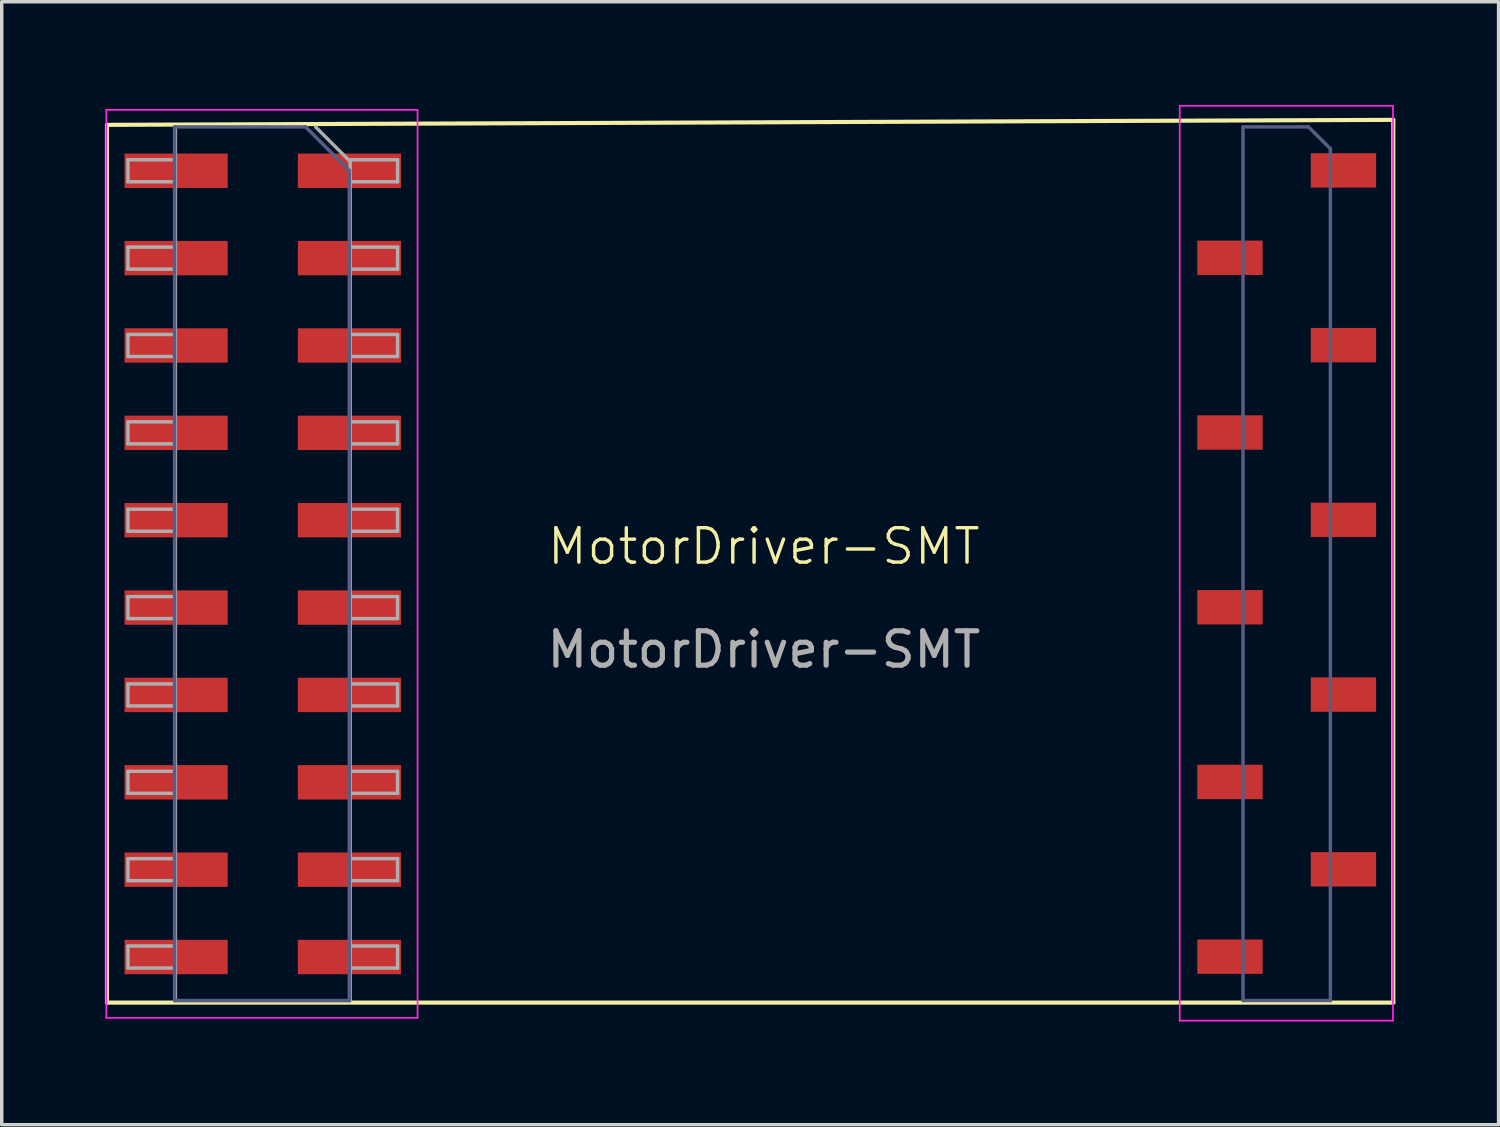
<source format=kicad_pcb>
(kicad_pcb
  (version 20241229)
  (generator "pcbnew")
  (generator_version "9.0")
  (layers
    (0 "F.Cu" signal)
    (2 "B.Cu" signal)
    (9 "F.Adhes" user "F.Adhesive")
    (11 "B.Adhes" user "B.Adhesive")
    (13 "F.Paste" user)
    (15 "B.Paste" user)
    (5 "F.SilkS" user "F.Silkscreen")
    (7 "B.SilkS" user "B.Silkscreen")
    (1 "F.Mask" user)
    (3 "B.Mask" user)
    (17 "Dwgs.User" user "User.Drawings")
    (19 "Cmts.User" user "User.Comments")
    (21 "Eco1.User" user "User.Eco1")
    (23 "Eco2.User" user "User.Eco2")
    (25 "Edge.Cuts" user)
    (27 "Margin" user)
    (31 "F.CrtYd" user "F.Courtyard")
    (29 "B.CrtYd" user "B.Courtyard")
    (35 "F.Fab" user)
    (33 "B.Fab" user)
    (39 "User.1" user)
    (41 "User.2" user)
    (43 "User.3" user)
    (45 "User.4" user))
  (footprint "MotorDriver-SMT"
    (layer "F.Cu")
    (at 5.86 1.935)
    (property "Reference" "MotorDriver-SMT" (at 13.3 10.9 0) (unlocked yes) (layer "F.SilkS") (effects (font (size 1 1) (thickness 0.1))))
    (attr through_hole)
    (fp_line (start -5.8 -1.355) (end -5.8 24.165) (stroke (width 0.12) (type solid)) (layer "F.SilkS"))
    (fp_line (start 31.6 -1.5) (end -5.8 -1.355) (stroke (width 0.12) (type solid)) (layer "F.SilkS"))
    (fp_line (start 31.6 -1.5) (end 31.6 24.165) (stroke (width 0.12) (type solid)) (layer "F.SilkS"))
    (fp_line (start 31.6 24.165) (end -5.8 24.165) (stroke (width 0.12) (type solid)) (layer "F.SilkS"))
    (fp_line (start -5.82 -1.79) (end 3.23 -1.79) (stroke (width 0.05) (type solid)) (layer "F.CrtYd"))
    (fp_line (start -5.82 24.61) (end -5.82 -1.79) (stroke (width 0.05) (type solid)) (layer "F.CrtYd"))
    (fp_line (start 3.23 -1.79) (end 3.23 24.61) (stroke (width 0.05) (type solid)) (layer "F.CrtYd"))
    (fp_line (start 3.23 24.61) (end -5.82 24.61) (stroke (width 0.05) (type solid)) (layer "F.CrtYd"))
    (fp_line (start 25.39 -1.91) (end 31.59 -1.91) (stroke (width 0.05) (type solid)) (layer "F.CrtYd"))
    (fp_line (start 25.39 24.69) (end 25.39 -1.91) (stroke (width 0.05) (type solid)) (layer "F.CrtYd"))
    (fp_line (start 31.59 -1.91) (end 31.59 24.69) (stroke (width 0.05) (type solid)) (layer "F.CrtYd"))
    (fp_line (start 31.59 24.69) (end 25.39 24.69) (stroke (width 0.05) (type solid)) (layer "F.CrtYd"))
    (fp_line (start -3.835 -1.295) (end -3.835 24.105) (stroke (width 0.1) (type solid)) (layer "B.Fab"))
    (fp_line (start -3.835 24.105) (end 1.245 24.105) (stroke (width 0.1) (type solid)) (layer "B.Fab"))
    (fp_line (start -0.025 -1.295) (end -3.835 -1.295) (stroke (width 0.1) (type solid)) (layer "B.Fab"))
    (fp_line (start 1.245 -0.025) (end -0.025 -1.295) (stroke (width 0.1) (type solid)) (layer "B.Fab"))
    (fp_line (start 1.245 24.105) (end 1.245 -0.025) (stroke (width 0.1) (type solid)) (layer "B.Fab"))
    (fp_line (start 27.23 -1.295) (end 27.23 24.105) (stroke (width 0.1) (type solid)) (layer "B.Fab"))
    (fp_line (start 27.23 24.105) (end 29.77 24.105) (stroke (width 0.1) (type solid)) (layer "B.Fab"))
    (fp_line (start 29.135 -1.295) (end 27.23 -1.295) (stroke (width 0.1) (type solid)) (layer "B.Fab"))
    (fp_line (start 29.77 -0.66) (end 29.135 -1.295) (stroke (width 0.1) (type solid)) (layer "B.Fab"))
    (fp_line (start 29.77 24.105) (end 29.77 -0.66) (stroke (width 0.1) (type solid)) (layer "B.Fab"))
    (fp_line (start -5.19 -0.34) (end -3.81 -0.34) (stroke (width 0.1) (type solid)) (layer "F.Fab"))
    (fp_line (start -5.19 0.3) (end -5.19 -0.34) (stroke (width 0.1) (type solid)) (layer "F.Fab"))
    (fp_line (start -5.19 2.2) (end -3.81 2.2) (stroke (width 0.1) (type solid)) (layer "F.Fab"))
    (fp_line (start -5.19 2.84) (end -5.19 2.2) (stroke (width 0.1) (type solid)) (layer "F.Fab"))
    (fp_line (start -5.19 4.74) (end -3.81 4.74) (stroke (width 0.1) (type solid)) (layer "F.Fab"))
    (fp_line (start -5.19 5.38) (end -5.19 4.74) (stroke (width 0.1) (type solid)) (layer "F.Fab"))
    (fp_line (start -5.19 7.28) (end -3.81 7.28) (stroke (width 0.1) (type solid)) (layer "F.Fab"))
    (fp_line (start -5.19 7.92) (end -5.19 7.28) (stroke (width 0.1) (type solid)) (layer "F.Fab"))
    (fp_line (start -5.19 9.82) (end -3.81 9.82) (stroke (width 0.1) (type solid)) (layer "F.Fab"))
    (fp_line (start -5.19 10.46) (end -5.19 9.82) (stroke (width 0.1) (type solid)) (layer "F.Fab"))
    (fp_line (start -5.19 12.36) (end -3.81 12.36) (stroke (width 0.1) (type solid)) (layer "F.Fab"))
    (fp_line (start -5.19 13) (end -5.19 12.36) (stroke (width 0.1) (type solid)) (layer "F.Fab"))
    (fp_line (start -5.19 14.9) (end -3.81 14.9) (stroke (width 0.1) (type solid)) (layer "F.Fab"))
    (fp_line (start -5.19 15.54) (end -5.19 14.9) (stroke (width 0.1) (type solid)) (layer "F.Fab"))
    (fp_line (start -5.19 17.44) (end -3.81 17.44) (stroke (width 0.1) (type solid)) (layer "F.Fab"))
    (fp_line (start -5.19 18.08) (end -5.19 17.44) (stroke (width 0.1) (type solid)) (layer "F.Fab"))
    (fp_line (start -5.19 19.98) (end -3.81 19.98) (stroke (width 0.1) (type solid)) (layer "F.Fab"))
    (fp_line (start -5.19 20.62) (end -5.19 19.98) (stroke (width 0.1) (type solid)) (layer "F.Fab"))
    (fp_line (start -5.19 22.52) (end -3.81 22.52) (stroke (width 0.1) (type solid)) (layer "F.Fab"))
    (fp_line (start -5.19 23.16) (end -5.19 22.52) (stroke (width 0.1) (type solid)) (layer "F.Fab"))
    (fp_line (start -3.81 0.3) (end -5.19 0.3) (stroke (width 0.1) (type solid)) (layer "F.Fab"))
    (fp_line (start -3.81 2.84) (end -5.19 2.84) (stroke (width 0.1) (type solid)) (layer "F.Fab"))
    (fp_line (start -3.81 5.38) (end -5.19 5.38) (stroke (width 0.1) (type solid)) (layer "F.Fab"))
    (fp_line (start -3.81 7.92) (end -5.19 7.92) (stroke (width 0.1) (type solid)) (layer "F.Fab"))
    (fp_line (start -3.81 10.46) (end -5.19 10.46) (stroke (width 0.1) (type solid)) (layer "F.Fab"))
    (fp_line (start -3.81 13) (end -5.19 13) (stroke (width 0.1) (type solid)) (layer "F.Fab"))
    (fp_line (start -3.81 15.54) (end -5.19 15.54) (stroke (width 0.1) (type solid)) (layer "F.Fab"))
    (fp_line (start -3.81 18.08) (end -5.19 18.08) (stroke (width 0.1) (type solid)) (layer "F.Fab"))
    (fp_line (start -3.81 20.62) (end -5.19 20.62) (stroke (width 0.1) (type solid)) (layer "F.Fab"))
    (fp_line (start -3.81 23.16) (end -5.19 23.16) (stroke (width 0.1) (type solid)) (layer "F.Fab"))
    (fp_line (start -3.81 24.11) (end -3.81 -1.29) (stroke (width 0.1) (type solid)) (layer "F.Fab"))
    (fp_line (start 0.27 -1.29) (end 1.27 -0.29) (stroke (width 0.1) (type solid)) (layer "F.Fab"))
    (fp_line (start 1.27 -0.34) (end 2.65 -0.34) (stroke (width 0.1) (type solid)) (layer "F.Fab"))
    (fp_line (start 1.27 -0.29) (end 1.27 24.11) (stroke (width 0.1) (type solid)) (layer "F.Fab"))
    (fp_line (start 1.27 2.2) (end 2.65 2.2) (stroke (width 0.1) (type solid)) (layer "F.Fab"))
    (fp_line (start 1.27 4.74) (end 2.65 4.74) (stroke (width 0.1) (type solid)) (layer "F.Fab"))
    (fp_line (start 1.27 7.28) (end 2.65 7.28) (stroke (width 0.1) (type solid)) (layer "F.Fab"))
    (fp_line (start 1.27 9.82) (end 2.65 9.82) (stroke (width 0.1) (type solid)) (layer "F.Fab"))
    (fp_line (start 1.27 12.36) (end 2.65 12.36) (stroke (width 0.1) (type solid)) (layer "F.Fab"))
    (fp_line (start 1.27 14.9) (end 2.65 14.9) (stroke (width 0.1) (type solid)) (layer "F.Fab"))
    (fp_line (start 1.27 17.44) (end 2.65 17.44) (stroke (width 0.1) (type solid)) (layer "F.Fab"))
    (fp_line (start 1.27 19.98) (end 2.65 19.98) (stroke (width 0.1) (type solid)) (layer "F.Fab"))
    (fp_line (start 1.27 22.52) (end 2.65 22.52) (stroke (width 0.1) (type solid)) (layer "F.Fab"))
    (fp_line (start 1.27 24.11) (end -3.81 24.11) (stroke (width 0.1) (type solid)) (layer "F.Fab"))
    (fp_line (start 2.65 -0.34) (end 2.65 0.3) (stroke (width 0.1) (type solid)) (layer "F.Fab"))
    (fp_line (start 2.65 0.3) (end 1.27 0.3) (stroke (width 0.1) (type solid)) (layer "F.Fab"))
    (fp_line (start 2.65 2.2) (end 2.65 2.84) (stroke (width 0.1) (type solid)) (layer "F.Fab"))
    (fp_line (start 2.65 2.84) (end 1.27 2.84) (stroke (width 0.1) (type solid)) (layer "F.Fab"))
    (fp_line (start 2.65 4.74) (end 2.65 5.38) (stroke (width 0.1) (type solid)) (layer "F.Fab"))
    (fp_line (start 2.65 5.38) (end 1.27 5.38) (stroke (width 0.1) (type solid)) (layer "F.Fab"))
    (fp_line (start 2.65 7.28) (end 2.65 7.92) (stroke (width 0.1) (type solid)) (layer "F.Fab"))
    (fp_line (start 2.65 7.92) (end 1.27 7.92) (stroke (width 0.1) (type solid)) (layer "F.Fab"))
    (fp_line (start 2.65 9.82) (end 2.65 10.46) (stroke (width 0.1) (type solid)) (layer "F.Fab"))
    (fp_line (start 2.65 10.46) (end 1.27 10.46) (stroke (width 0.1) (type solid)) (layer "F.Fab"))
    (fp_line (start 2.65 12.36) (end 2.65 13) (stroke (width 0.1) (type solid)) (layer "F.Fab"))
    (fp_line (start 2.65 13) (end 1.27 13) (stroke (width 0.1) (type solid)) (layer "F.Fab"))
    (fp_line (start 2.65 14.9) (end 2.65 15.54) (stroke (width 0.1) (type solid)) (layer "F.Fab"))
    (fp_line (start 2.65 15.54) (end 1.27 15.54) (stroke (width 0.1) (type solid)) (layer "F.Fab"))
    (fp_line (start 2.65 17.44) (end 2.65 18.08) (stroke (width 0.1) (type solid)) (layer "F.Fab"))
    (fp_line (start 2.65 18.08) (end 1.27 18.08) (stroke (width 0.1) (type solid)) (layer "F.Fab"))
    (fp_line (start 2.65 19.98) (end 2.65 20.62) (stroke (width 0.1) (type solid)) (layer "F.Fab"))
    (fp_line (start 2.65 20.62) (end 1.27 20.62) (stroke (width 0.1) (type solid)) (layer "F.Fab"))
    (fp_line (start 2.65 22.52) (end 2.65 23.16) (stroke (width 0.1) (type solid)) (layer "F.Fab"))
    (fp_line (start 2.65 23.16) (end 1.27 23.16) (stroke (width 0.1) (type solid)) (layer "F.Fab"))
    (fp_text user "${REFERENCE}" (at 13.3 13.9 0) (unlocked yes) (layer "F.Fab") (effects (font (size 1 1) (thickness 0.15))))
    (pad "1" smd rect (at 1.25 -0.02) (size 3 1) (layers "F.Cu" "F.Mask" "F.Paste"))
    (pad "2" smd rect (at -3.79 -0.02) (size 3 1) (layers "F.Cu" "F.Mask" "F.Paste"))
    (pad "3" smd rect (at 1.25 2.52) (size 3 1) (layers "F.Cu" "F.Mask" "F.Paste"))
    (pad "4" smd rect (at -3.79 2.52) (size 3 1) (layers "F.Cu" "F.Mask" "F.Paste"))
    (pad "5" smd rect (at 1.25 5.06) (size 3 1) (layers "F.Cu" "F.Mask" "F.Paste"))
    (pad "6" smd rect (at -3.79 5.06) (size 3 1) (layers "F.Cu" "F.Mask" "F.Paste"))
    (pad "7" smd rect (at 1.25 7.6) (size 3 1) (layers "F.Cu" "F.Mask" "F.Paste"))
    (pad "8" smd rect (at -3.79 7.6) (size 3 1) (layers "F.Cu" "F.Mask" "F.Paste"))
    (pad "9" smd rect (at 1.25 10.14) (size 3 1) (layers "F.Cu" "F.Mask" "F.Paste"))
    (pad "10" smd rect (at -3.79 10.14) (size 3 1) (layers "F.Cu" "F.Mask" "F.Paste"))
    (pad "11" smd rect (at 1.25 12.68) (size 3 1) (layers "F.Cu" "F.Mask" "F.Paste"))
    (pad "12" smd rect (at -3.79 12.68) (size 3 1) (layers "F.Cu" "F.Mask" "F.Paste"))
    (pad "13" smd rect (at 1.25 15.22) (size 3 1) (layers "F.Cu" "F.Mask" "F.Paste"))
    (pad "14" smd rect (at -3.79 15.22) (size 3 1) (layers "F.Cu" "F.Mask" "F.Paste"))
    (pad "15" smd rect (at 1.25 17.76) (size 3 1) (layers "F.Cu" "F.Mask" "F.Paste"))
    (pad "16" smd rect (at -3.79 17.76) (size 3 1) (layers "F.Cu" "F.Mask" "F.Paste"))
    (pad "17" smd rect (at 1.25 20.3) (size 3 1) (layers "F.Cu" "F.Mask" "F.Paste"))
    (pad "18" smd rect (at -3.79 20.3) (size 3 1) (layers "F.Cu" "F.Mask" "F.Paste"))
    (pad "19" smd rect (at 1.25 22.84) (size 3 1) (layers "F.Cu" "F.Mask" "F.Paste"))
    (pad "20" smd rect (at -3.79 22.84) (size 3 1) (layers "F.Cu" "F.Mask" "F.Paste"))
    (pad "21" smd rect (at 30.15 -0.03) (size 1.9 1) (layers "F.Cu" "F.Mask" "F.Paste"))
    (pad "22" smd rect (at 26.85 2.51) (size 1.9 1) (layers "F.Cu" "F.Mask" "F.Paste"))
    (pad "23" smd rect (at 30.15 5.05) (size 1.9 1) (layers "F.Cu" "F.Mask" "F.Paste"))
    (pad "24" smd rect (at 26.85 7.59) (size 1.9 1) (layers "F.Cu" "F.Mask" "F.Paste"))
    (pad "25" smd rect (at 30.15 10.13) (size 1.9 1) (layers "F.Cu" "F.Mask" "F.Paste"))
    (pad "26" smd rect (at 26.85 12.67) (size 1.9 1) (layers "F.Cu" "F.Mask" "F.Paste"))
    (pad "27" smd rect (at 30.15 15.21) (size 1.9 1) (layers "F.Cu" "F.Mask" "F.Paste"))
    (pad "28" smd rect (at 26.85 17.75) (size 1.9 1) (layers "F.Cu" "F.Mask" "F.Paste"))
    (pad "29" smd rect (at 30.15 20.29) (size 1.9 1) (layers "F.Cu" "F.Mask" "F.Paste"))
    (pad "30" smd rect (at 26.85 22.83) (size 1.9 1) (layers "F.Cu" "F.Mask" "F.Paste")))
  (gr_rect
    (start -3 -3)
    (end 40.52 29.65)
    (stroke (width 0.1) (type default))
    (fill no)
    (layer "Edge.Cuts")))
</source>
